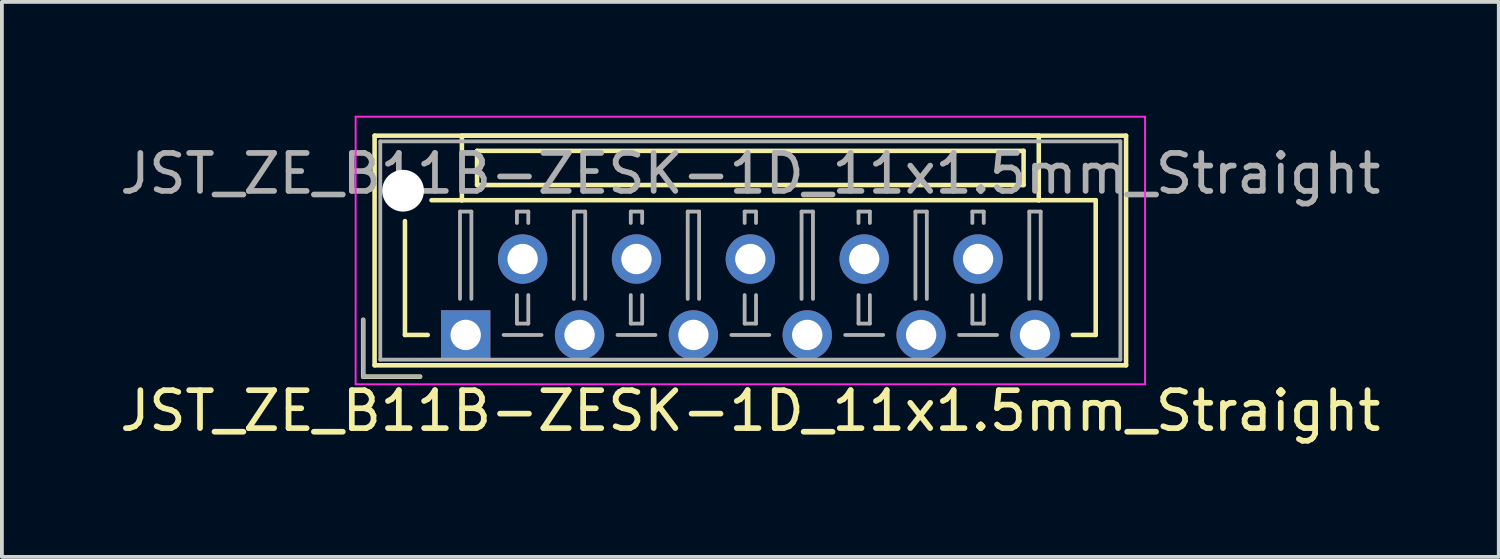
<source format=kicad_pcb>
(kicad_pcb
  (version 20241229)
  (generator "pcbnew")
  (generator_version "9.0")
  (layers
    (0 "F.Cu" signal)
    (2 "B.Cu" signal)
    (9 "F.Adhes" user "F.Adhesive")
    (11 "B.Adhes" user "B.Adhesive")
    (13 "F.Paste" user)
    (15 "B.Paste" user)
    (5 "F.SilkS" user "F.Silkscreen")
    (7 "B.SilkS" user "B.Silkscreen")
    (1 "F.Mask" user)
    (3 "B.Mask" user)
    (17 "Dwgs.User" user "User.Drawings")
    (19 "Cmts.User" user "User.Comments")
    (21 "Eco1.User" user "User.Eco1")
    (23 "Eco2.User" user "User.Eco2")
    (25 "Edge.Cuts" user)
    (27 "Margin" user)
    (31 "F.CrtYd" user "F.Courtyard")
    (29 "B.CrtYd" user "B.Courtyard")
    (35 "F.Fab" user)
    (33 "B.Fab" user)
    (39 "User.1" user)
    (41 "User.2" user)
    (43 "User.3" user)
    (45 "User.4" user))
  (footprint "JST_ZE_B11B-ZESK-1D_11x1.5mm_Straight"
    (layer "F.Cu")
    (at 9.22 5.775)
    (property "Reference" "JST_ZE_B11B-ZESK-1D_11x1.5mm_Straight" (at 7.5 2 0) (layer "F.SilkS") (effects (font (size 1 1) (thickness 0.15))))
    (attr through_hole)
    (fp_line (start -2.7 -0.4) (end -2.7 1.1) (stroke (width 0.12) (type solid)) (layer "F.SilkS"))
    (fp_line (start -2.7 1.1) (end -1.2 1.1) (stroke (width 0.12) (type solid)) (layer "F.SilkS"))
    (fp_line (start -2.4 -5.25) (end -2.4 0.8) (stroke (width 0.12) (type solid)) (layer "F.SilkS"))
    (fp_line (start -2.4 0.8) (end 17.4 0.8) (stroke (width 0.12) (type solid)) (layer "F.SilkS"))
    (fp_line (start -1.6 -3) (end -1.6 0) (stroke (width 0.12) (type solid)) (layer "F.SilkS"))
    (fp_line (start -1.6 0) (end -1 0) (stroke (width 0.12) (type solid)) (layer "F.SilkS"))
    (fp_line (start -0.1 -5.25) (end -0.1 -3.55) (stroke (width 0.12) (type solid)) (layer "F.SilkS"))
    (fp_line (start -0.1 -3.55) (end -0.9 -3.55) (stroke (width 0.12) (type solid)) (layer "F.SilkS"))
    (fp_line (start -0.1 -3.55) (end 15.1 -3.55) (stroke (width 0.12) (type solid)) (layer "F.SilkS"))
    (fp_line (start 0.3 -4.85) (end 0.3 -3.95) (stroke (width 0.12) (type solid)) (layer "F.SilkS"))
    (fp_line (start 0.3 -3.95) (end 14.7 -3.95) (stroke (width 0.12) (type solid)) (layer "F.SilkS"))
    (fp_line (start 14.7 -4.85) (end 0.3 -4.85) (stroke (width 0.12) (type solid)) (layer "F.SilkS"))
    (fp_line (start 14.7 -3.95) (end 14.7 -4.85) (stroke (width 0.12) (type solid)) (layer "F.SilkS"))
    (fp_line (start 15.1 -5.25) (end -0.1 -5.25) (stroke (width 0.12) (type solid)) (layer "F.SilkS"))
    (fp_line (start 15.1 -3.55) (end 15.1 -5.25) (stroke (width 0.12) (type solid)) (layer "F.SilkS"))
    (fp_line (start 15.1 -3.55) (end 16.6 -3.55) (stroke (width 0.12) (type solid)) (layer "F.SilkS"))
    (fp_line (start 16.6 -3.55) (end 16.6 0) (stroke (width 0.12) (type solid)) (layer "F.SilkS"))
    (fp_line (start 16.6 0) (end 16 0) (stroke (width 0.12) (type solid)) (layer "F.SilkS"))
    (fp_line (start 17.4 -5.25) (end -2.4 -5.25) (stroke (width 0.12) (type solid)) (layer "F.SilkS"))
    (fp_line (start 17.4 0.8) (end 17.4 -5.25) (stroke (width 0.12) (type solid)) (layer "F.SilkS"))
    (fp_line (start -2.9 -5.75) (end -2.9 1.3) (stroke (width 0.05) (type solid)) (layer "F.CrtYd"))
    (fp_line (start -2.9 1.3) (end 17.9 1.3) (stroke (width 0.05) (type solid)) (layer "F.CrtYd"))
    (fp_line (start 17.9 -5.75) (end -2.9 -5.75) (stroke (width 0.05) (type solid)) (layer "F.CrtYd"))
    (fp_line (start 17.9 1.3) (end 17.9 -5.75) (stroke (width 0.05) (type solid)) (layer "F.CrtYd"))
    (fp_line (start -2.7 -0.4) (end -2.7 1.1) (stroke (width 0.1) (type solid)) (layer "F.Fab"))
    (fp_line (start -2.7 1.1) (end -1.2 1.1) (stroke (width 0.1) (type solid)) (layer "F.Fab"))
    (fp_line (start -2.25 -5.1) (end -2.25 0.65) (stroke (width 0.1) (type solid)) (layer "F.Fab"))
    (fp_line (start -2.25 0.65) (end 17.25 0.65) (stroke (width 0.1) (type solid)) (layer "F.Fab"))
    (fp_line (start -0.15 -3.25) (end 0.15 -3.25) (stroke (width 0.1) (type solid)) (layer "F.Fab"))
    (fp_line (start -0.15 -0.95) (end -0.15 -3.25) (stroke (width 0.1) (type solid)) (layer "F.Fab"))
    (fp_line (start 0.15 -3.25) (end 0.15 -0.95) (stroke (width 0.1) (type solid)) (layer "F.Fab"))
    (fp_line (start 1 0) (end 2 0) (stroke (width 0.1) (type solid)) (layer "F.Fab"))
    (fp_line (start 1.35 -3.25) (end 1.65 -3.25) (stroke (width 0.1) (type solid)) (layer "F.Fab"))
    (fp_line (start 1.35 -2.95) (end 1.35 -3.25) (stroke (width 0.1) (type solid)) (layer "F.Fab"))
    (fp_line (start 1.35 -1.05) (end 1.35 -0.3) (stroke (width 0.1) (type solid)) (layer "F.Fab"))
    (fp_line (start 1.35 -0.3) (end 1.65 -0.3) (stroke (width 0.1) (type solid)) (layer "F.Fab"))
    (fp_line (start 1.65 -3.25) (end 1.65 -2.95) (stroke (width 0.1) (type solid)) (layer "F.Fab"))
    (fp_line (start 1.65 -0.3) (end 1.65 -1.05) (stroke (width 0.1) (type solid)) (layer "F.Fab"))
    (fp_line (start 2.85 -3.25) (end 3.15 -3.25) (stroke (width 0.1) (type solid)) (layer "F.Fab"))
    (fp_line (start 2.85 -0.95) (end 2.85 -3.25) (stroke (width 0.1) (type solid)) (layer "F.Fab"))
    (fp_line (start 3.15 -3.25) (end 3.15 -0.95) (stroke (width 0.1) (type solid)) (layer "F.Fab"))
    (fp_line (start 4 0) (end 5 0) (stroke (width 0.1) (type solid)) (layer "F.Fab"))
    (fp_line (start 4.35 -3.25) (end 4.65 -3.25) (stroke (width 0.1) (type solid)) (layer "F.Fab"))
    (fp_line (start 4.35 -2.95) (end 4.35 -3.25) (stroke (width 0.1) (type solid)) (layer "F.Fab"))
    (fp_line (start 4.35 -1.05) (end 4.35 -0.3) (stroke (width 0.1) (type solid)) (layer "F.Fab"))
    (fp_line (start 4.35 -0.3) (end 4.65 -0.3) (stroke (width 0.1) (type solid)) (layer "F.Fab"))
    (fp_line (start 4.65 -3.25) (end 4.65 -2.95) (stroke (width 0.1) (type solid)) (layer "F.Fab"))
    (fp_line (start 4.65 -0.3) (end 4.65 -1.05) (stroke (width 0.1) (type solid)) (layer "F.Fab"))
    (fp_line (start 5.85 -3.25) (end 6.15 -3.25) (stroke (width 0.1) (type solid)) (layer "F.Fab"))
    (fp_line (start 5.85 -0.95) (end 5.85 -3.25) (stroke (width 0.1) (type solid)) (layer "F.Fab"))
    (fp_line (start 6.15 -3.25) (end 6.15 -0.95) (stroke (width 0.1) (type solid)) (layer "F.Fab"))
    (fp_line (start 7 0) (end 8 0) (stroke (width 0.1) (type solid)) (layer "F.Fab"))
    (fp_line (start 7.35 -3.25) (end 7.65 -3.25) (stroke (width 0.1) (type solid)) (layer "F.Fab"))
    (fp_line (start 7.35 -2.95) (end 7.35 -3.25) (stroke (width 0.1) (type solid)) (layer "F.Fab"))
    (fp_line (start 7.35 -1.05) (end 7.35 -0.3) (stroke (width 0.1) (type solid)) (layer "F.Fab"))
    (fp_line (start 7.35 -0.3) (end 7.65 -0.3) (stroke (width 0.1) (type solid)) (layer "F.Fab"))
    (fp_line (start 7.65 -3.25) (end 7.65 -2.95) (stroke (width 0.1) (type solid)) (layer "F.Fab"))
    (fp_line (start 7.65 -0.3) (end 7.65 -1.05) (stroke (width 0.1) (type solid)) (layer "F.Fab"))
    (fp_line (start 8.85 -3.25) (end 9.15 -3.25) (stroke (width 0.1) (type solid)) (layer "F.Fab"))
    (fp_line (start 8.85 -0.95) (end 8.85 -3.25) (stroke (width 0.1) (type solid)) (layer "F.Fab"))
    (fp_line (start 9.15 -3.25) (end 9.15 -0.95) (stroke (width 0.1) (type solid)) (layer "F.Fab"))
    (fp_line (start 10 0) (end 11 0) (stroke (width 0.1) (type solid)) (layer "F.Fab"))
    (fp_line (start 10.35 -3.25) (end 10.65 -3.25) (stroke (width 0.1) (type solid)) (layer "F.Fab"))
    (fp_line (start 10.35 -2.95) (end 10.35 -3.25) (stroke (width 0.1) (type solid)) (layer "F.Fab"))
    (fp_line (start 10.35 -1.05) (end 10.35 -0.3) (stroke (width 0.1) (type solid)) (layer "F.Fab"))
    (fp_line (start 10.35 -0.3) (end 10.65 -0.3) (stroke (width 0.1) (type solid)) (layer "F.Fab"))
    (fp_line (start 10.65 -3.25) (end 10.65 -2.95) (stroke (width 0.1) (type solid)) (layer "F.Fab"))
    (fp_line (start 10.65 -0.3) (end 10.65 -1.05) (stroke (width 0.1) (type solid)) (layer "F.Fab"))
    (fp_line (start 11.85 -3.25) (end 12.15 -3.25) (stroke (width 0.1) (type solid)) (layer "F.Fab"))
    (fp_line (start 11.85 -0.95) (end 11.85 -3.25) (stroke (width 0.1) (type solid)) (layer "F.Fab"))
    (fp_line (start 12.15 -3.25) (end 12.15 -0.95) (stroke (width 0.1) (type solid)) (layer "F.Fab"))
    (fp_line (start 13 0) (end 14 0) (stroke (width 0.1) (type solid)) (layer "F.Fab"))
    (fp_line (start 13.35 -3.25) (end 13.65 -3.25) (stroke (width 0.1) (type solid)) (layer "F.Fab"))
    (fp_line (start 13.35 -2.95) (end 13.35 -3.25) (stroke (width 0.1) (type solid)) (layer "F.Fab"))
    (fp_line (start 13.35 -1.05) (end 13.35 -0.3) (stroke (width 0.1) (type solid)) (layer "F.Fab"))
    (fp_line (start 13.35 -0.3) (end 13.65 -0.3) (stroke (width 0.1) (type solid)) (layer "F.Fab"))
    (fp_line (start 13.65 -3.25) (end 13.65 -2.95) (stroke (width 0.1) (type solid)) (layer "F.Fab"))
    (fp_line (start 13.65 -0.3) (end 13.65 -1.05) (stroke (width 0.1) (type solid)) (layer "F.Fab"))
    (fp_line (start 14.85 -3.25) (end 15.15 -3.25) (stroke (width 0.1) (type solid)) (layer "F.Fab"))
    (fp_line (start 14.85 -0.95) (end 14.85 -3.25) (stroke (width 0.1) (type solid)) (layer "F.Fab"))
    (fp_line (start 15.15 -3.25) (end 15.15 -0.95) (stroke (width 0.1) (type solid)) (layer "F.Fab"))
    (fp_line (start 17.25 -5.1) (end -2.25 -5.1) (stroke (width 0.1) (type solid)) (layer "F.Fab"))
    (fp_line (start 17.25 0.65) (end 17.25 -5.1) (stroke (width 0.1) (type solid)) (layer "F.Fab"))
    (fp_text user "${REFERENCE}" (at 7.5 -4.25 0) (layer "F.Fab") (effects (font (size 1 1) (thickness 0.15))))
    (pad "" np_thru_hole circle (at -1.65 -3.8) (size 1.1 1.1) (drill 1.1) (layers "*.Cu"))
    (pad "1" thru_hole rect (at 0 0) (size 1.3 1.3) (drill 0.8) (layers "*.Cu" "*.Mask"))
    (pad "2" thru_hole circle (at 1.5 -2) (size 1.3 1.3) (drill 0.8) (layers "*.Cu" "*.Mask"))
    (pad "3" thru_hole circle (at 3 0) (size 1.3 1.3) (drill 0.8) (layers "*.Cu" "*.Mask"))
    (pad "4" thru_hole circle (at 4.5 -2) (size 1.3 1.3) (drill 0.8) (layers "*.Cu" "*.Mask"))
    (pad "5" thru_hole circle (at 6 0) (size 1.3 1.3) (drill 0.8) (layers "*.Cu" "*.Mask"))
    (pad "6" thru_hole circle (at 7.5 -2) (size 1.3 1.3) (drill 0.8) (layers "*.Cu" "*.Mask"))
    (pad "7" thru_hole circle (at 9 0) (size 1.3 1.3) (drill 0.8) (layers "*.Cu" "*.Mask"))
    (pad "8" thru_hole circle (at 10.5 -2) (size 1.3 1.3) (drill 0.8) (layers "*.Cu" "*.Mask"))
    (pad "9" thru_hole circle (at 12 0) (size 1.3 1.3) (drill 0.8) (layers "*.Cu" "*.Mask"))
    (pad "10" thru_hole circle (at 13.5 -2) (size 1.3 1.3) (drill 0.8) (layers "*.Cu" "*.Mask"))
    (pad "11" thru_hole circle (at 15 0) (size 1.3 1.3) (drill 0.8) (layers "*.Cu" "*.Mask")))
  (gr_rect
    (start -3 -3)
    (end 36.44 11.623)
    (stroke (width 0.1) (type default))
    (fill no)
    (layer "Edge.Cuts")))
</source>
